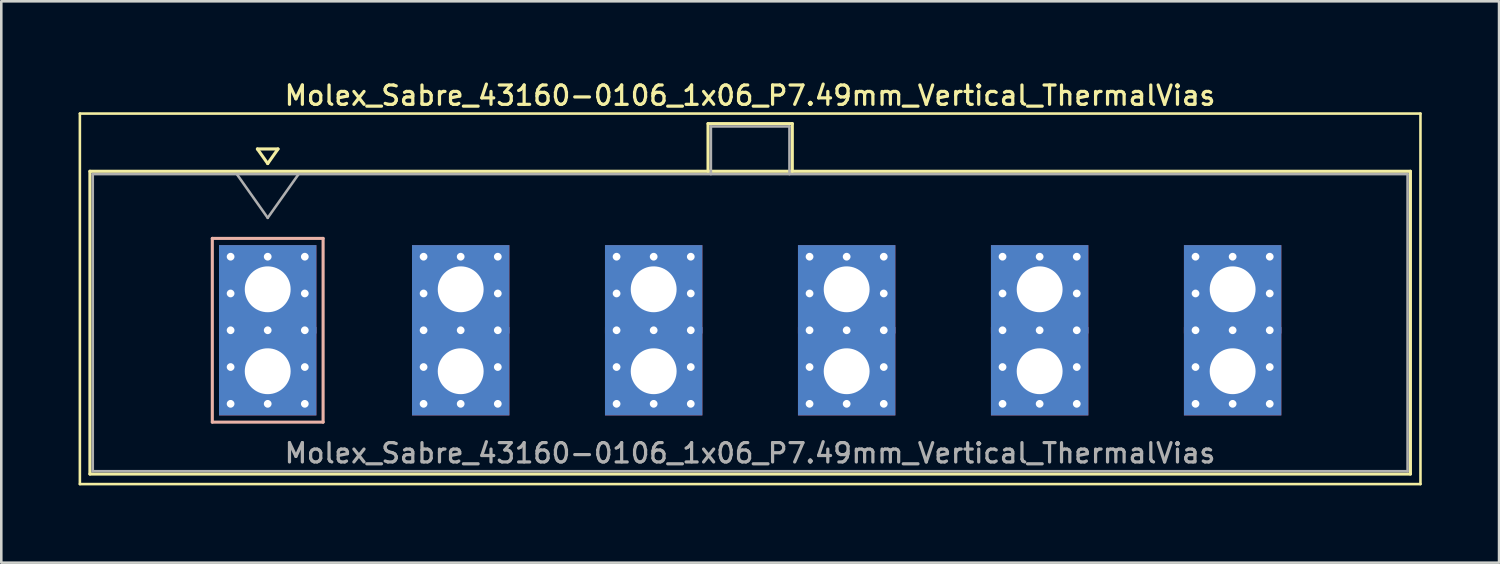
<source format=kicad_pcb>
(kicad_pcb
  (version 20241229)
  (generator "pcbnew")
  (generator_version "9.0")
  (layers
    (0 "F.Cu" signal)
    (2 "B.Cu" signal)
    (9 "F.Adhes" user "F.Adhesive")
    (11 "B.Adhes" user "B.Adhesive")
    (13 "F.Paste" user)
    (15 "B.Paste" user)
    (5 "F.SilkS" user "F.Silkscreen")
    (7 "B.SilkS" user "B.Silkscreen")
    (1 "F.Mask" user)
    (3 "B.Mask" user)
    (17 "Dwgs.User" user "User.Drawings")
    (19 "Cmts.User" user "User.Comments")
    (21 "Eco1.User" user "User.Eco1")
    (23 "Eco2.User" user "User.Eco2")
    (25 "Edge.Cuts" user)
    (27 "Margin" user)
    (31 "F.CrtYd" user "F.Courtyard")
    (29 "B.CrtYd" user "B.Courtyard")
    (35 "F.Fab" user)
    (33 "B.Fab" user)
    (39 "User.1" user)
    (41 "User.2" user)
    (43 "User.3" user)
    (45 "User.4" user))
  (footprint "Molex_Sabre_43160-0106_1x06_P7.49mm_Vertical_ThermalVias"
    (layer "F.Cu")
    (at 7.34 11.358)
    (property "Reference" "Molex_Sabre_43160-0106_1x06_P7.49mm_Vertical_ThermalVias" (at 18.72 -10.7 0) (layer "F.SilkS") (effects (font (size 0.75 0.75) (thickness 0.125))))
    (attr through_hole)
    (fp_line (start -7.29 -10) (end -7.29 4.38) (stroke (width 0.1) (type solid)) (layer "F.SilkS"))
    (fp_line (start -7.29 4.38) (end 44.74 4.38) (stroke (width 0.1) (type solid)) (layer "F.SilkS"))
    (fp_line (start -6.9 -7.76) (end -6.9 3.99) (stroke (width 0.12) (type solid)) (layer "F.SilkS"))
    (fp_line (start -6.9 3.99) (end 44.35 3.99) (stroke (width 0.12) (type solid)) (layer "F.SilkS"))
    (fp_line (start -0.4 -8.626) (end 0 -8.06) (stroke (width 0.12) (type solid)) (layer "F.SilkS"))
    (fp_line (start 0 -8.06) (end 0.4 -8.626) (stroke (width 0.12) (type solid)) (layer "F.SilkS"))
    (fp_line (start 0.4 -8.626) (end -0.4 -8.626) (stroke (width 0.12) (type solid)) (layer "F.SilkS"))
    (fp_line (start 17.09 -9.61) (end 20.36 -9.61) (stroke (width 0.12) (type solid)) (layer "F.SilkS"))
    (fp_line (start 17.09 -7.76) (end 17.09 -9.61) (stroke (width 0.12) (type solid)) (layer "F.SilkS"))
    (fp_line (start 20.36 -9.61) (end 20.36 -7.76) (stroke (width 0.12) (type solid)) (layer "F.SilkS"))
    (fp_line (start 44.35 -7.76) (end -6.9 -7.76) (stroke (width 0.12) (type solid)) (layer "F.SilkS"))
    (fp_line (start 44.35 3.99) (end 44.35 -7.76) (stroke (width 0.12) (type solid)) (layer "F.SilkS"))
    (fp_line (start 44.74 -10) (end -7.29 -10) (stroke (width 0.1) (type solid)) (layer "F.SilkS"))
    (fp_line (start 44.74 4.38) (end 44.74 -10) (stroke (width 0.1) (type solid)) (layer "F.SilkS"))
    (fp_line (start -2.15 -5.155) (end -2.15 1.975) (stroke (width 0.12) (type solid)) (layer "B.SilkS"))
    (fp_line (start -2.15 1.975) (end 2.15 1.975) (stroke (width 0.12) (type solid)) (layer "B.SilkS"))
    (fp_line (start 2.15 -5.155) (end -2.15 -5.155) (stroke (width 0.12) (type solid)) (layer "B.SilkS"))
    (fp_line (start 2.15 1.975) (end 2.15 -5.155) (stroke (width 0.12) (type solid)) (layer "B.SilkS"))
    (fp_line (start -6.79 -7.65) (end -6.79 3.88) (stroke (width 0.1) (type solid)) (layer "F.Fab"))
    (fp_line (start -6.79 3.88) (end 44.24 3.88) (stroke (width 0.1) (type solid)) (layer "F.Fab"))
    (fp_line (start -1.2 -7.65) (end 0 -5.953) (stroke (width 0.1) (type solid)) (layer "F.Fab"))
    (fp_line (start 0 -5.953) (end 1.2 -7.65) (stroke (width 0.1) (type solid)) (layer "F.Fab"))
    (fp_line (start 17.2 -9.5) (end 20.25 -9.5) (stroke (width 0.1) (type solid)) (layer "F.Fab"))
    (fp_line (start 17.2 -7.65) (end 17.2 -9.5) (stroke (width 0.1) (type solid)) (layer "F.Fab"))
    (fp_line (start 20.25 -9.5) (end 20.25 -7.65) (stroke (width 0.1) (type solid)) (layer "F.Fab"))
    (fp_line (start 44.24 -7.65) (end -6.79 -7.65) (stroke (width 0.1) (type solid)) (layer "F.Fab"))
    (fp_line (start 44.24 3.88) (end 44.24 -7.65) (stroke (width 0.1) (type solid)) (layer "F.Fab"))
    (fp_text user "${REFERENCE}" (at 18.72 3.18 0) (layer "F.Fab") (effects (font (size 0.75 0.75) (thickness 0.125))))
    (pad "1" thru_hole rect (at -1.44 -4.445) (size 0.6 0.6) (drill 0.3) (layers "*.Cu" "*.Mask"))
    (pad "1" thru_hole rect (at -1.44 -3.018) (size 0.6 0.6) (drill 0.3) (layers "*.Cu" "*.Mask"))
    (pad "1" thru_hole rect (at -1.44 -1.59) (size 0.6 0.6) (drill 0.3) (layers "*.Cu" "*.Mask"))
    (pad "1" thru_hole rect (at -1.44 -0.163) (size 0.6 0.6) (drill 0.3) (layers "*.Cu" "*.Mask"))
    (pad "1" thru_hole rect (at -1.44 1.265) (size 0.6 0.6) (drill 0.3) (layers "*.Cu" "*.Mask"))
    (pad "1" thru_hole rect (at 0 -4.445) (size 0.6 0.6) (drill 0.3) (layers "*.Cu" "*.Mask"))
    (pad "1" thru_hole rect (at 0 -3.18) (size 3.78 3.43) (drill 1.78) (layers "*.Cu" "*.Mask"))
    (pad "1" thru_hole rect (at 0 -1.59) (size 0.6 0.6) (drill 0.3) (layers "*.Cu" "*.Mask"))
    (pad "1" thru_hole rect (at 0 0) (size 3.78 3.43) (drill 1.78) (layers "*.Cu" "*.Mask"))
    (pad "1" thru_hole rect (at 0 1.265) (size 0.6 0.6) (drill 0.3) (layers "*.Cu" "*.Mask"))
    (pad "1" thru_hole rect (at 1.44 -4.445) (size 0.6 0.6) (drill 0.3) (layers "*.Cu" "*.Mask"))
    (pad "1" thru_hole rect (at 1.44 -3.018) (size 0.6 0.6) (drill 0.3) (layers "*.Cu" "*.Mask"))
    (pad "1" thru_hole rect (at 1.44 -1.59) (size 0.6 0.6) (drill 0.3) (layers "*.Cu" "*.Mask"))
    (pad "1" thru_hole rect (at 1.44 -0.163) (size 0.6 0.6) (drill 0.3) (layers "*.Cu" "*.Mask"))
    (pad "1" thru_hole rect (at 1.44 1.265) (size 0.6 0.6) (drill 0.3) (layers "*.Cu" "*.Mask"))
    (pad "2" thru_hole circle (at 6.05 -4.445) (size 0.6 0.6) (drill 0.3) (layers "*.Cu" "*.Mask"))
    (pad "2" thru_hole circle (at 6.05 -3.018) (size 0.6 0.6) (drill 0.3) (layers "*.Cu" "*.Mask"))
    (pad "2" thru_hole circle (at 6.05 -1.59) (size 0.6 0.6) (drill 0.3) (layers "*.Cu" "*.Mask"))
    (pad "2" thru_hole circle (at 6.05 -0.163) (size 0.6 0.6) (drill 0.3) (layers "*.Cu" "*.Mask"))
    (pad "2" thru_hole circle (at 6.05 1.265) (size 0.6 0.6) (drill 0.3) (layers "*.Cu" "*.Mask"))
    (pad "2" thru_hole circle (at 7.49 -4.445) (size 0.6 0.6) (drill 0.3) (layers "*.Cu" "*.Mask"))
    (pad "2" thru_hole rect (at 7.49 -3.18) (size 3.78 3.43) (drill 1.78) (layers "*.Cu" "*.Mask"))
    (pad "2" thru_hole circle (at 7.49 -1.59) (size 0.6 0.6) (drill 0.3) (layers "*.Cu" "*.Mask"))
    (pad "2" thru_hole rect (at 7.49 0) (size 3.78 3.43) (drill 1.78) (layers "*.Cu" "*.Mask"))
    (pad "2" thru_hole circle (at 7.49 1.265) (size 0.6 0.6) (drill 0.3) (layers "*.Cu" "*.Mask"))
    (pad "2" thru_hole circle (at 8.93 -4.445) (size 0.6 0.6) (drill 0.3) (layers "*.Cu" "*.Mask"))
    (pad "2" thru_hole circle (at 8.93 -3.018) (size 0.6 0.6) (drill 0.3) (layers "*.Cu" "*.Mask"))
    (pad "2" thru_hole circle (at 8.93 -1.59) (size 0.6 0.6) (drill 0.3) (layers "*.Cu" "*.Mask"))
    (pad "2" thru_hole circle (at 8.93 -0.163) (size 0.6 0.6) (drill 0.3) (layers "*.Cu" "*.Mask"))
    (pad "2" thru_hole circle (at 8.93 1.265) (size 0.6 0.6) (drill 0.3) (layers "*.Cu" "*.Mask"))
    (pad "3" thru_hole circle (at 13.54 -4.445) (size 0.6 0.6) (drill 0.3) (layers "*.Cu" "*.Mask"))
    (pad "3" thru_hole circle (at 13.54 -3.018) (size 0.6 0.6) (drill 0.3) (layers "*.Cu" "*.Mask"))
    (pad "3" thru_hole circle (at 13.54 -1.59) (size 0.6 0.6) (drill 0.3) (layers "*.Cu" "*.Mask"))
    (pad "3" thru_hole circle (at 13.54 -0.163) (size 0.6 0.6) (drill 0.3) (layers "*.Cu" "*.Mask"))
    (pad "3" thru_hole circle (at 13.54 1.265) (size 0.6 0.6) (drill 0.3) (layers "*.Cu" "*.Mask"))
    (pad "3" thru_hole circle (at 14.98 -4.445) (size 0.6 0.6) (drill 0.3) (layers "*.Cu" "*.Mask"))
    (pad "3" thru_hole rect (at 14.98 -3.18) (size 3.78 3.43) (drill 1.78) (layers "*.Cu" "*.Mask"))
    (pad "3" thru_hole circle (at 14.98 -1.59) (size 0.6 0.6) (drill 0.3) (layers "*.Cu" "*.Mask"))
    (pad "3" thru_hole rect (at 14.98 0) (size 3.78 3.43) (drill 1.78) (layers "*.Cu" "*.Mask"))
    (pad "3" thru_hole circle (at 14.98 1.265) (size 0.6 0.6) (drill 0.3) (layers "*.Cu" "*.Mask"))
    (pad "3" thru_hole circle (at 16.42 -4.445) (size 0.6 0.6) (drill 0.3) (layers "*.Cu" "*.Mask"))
    (pad "3" thru_hole circle (at 16.42 -3.018) (size 0.6 0.6) (drill 0.3) (layers "*.Cu" "*.Mask"))
    (pad "3" thru_hole circle (at 16.42 -1.59) (size 0.6 0.6) (drill 0.3) (layers "*.Cu" "*.Mask"))
    (pad "3" thru_hole circle (at 16.42 -0.163) (size 0.6 0.6) (drill 0.3) (layers "*.Cu" "*.Mask"))
    (pad "3" thru_hole circle (at 16.42 1.265) (size 0.6 0.6) (drill 0.3) (layers "*.Cu" "*.Mask"))
    (pad "4" thru_hole circle (at 21.03 -4.445) (size 0.6 0.6) (drill 0.3) (layers "*.Cu" "*.Mask"))
    (pad "4" thru_hole circle (at 21.03 -3.018) (size 0.6 0.6) (drill 0.3) (layers "*.Cu" "*.Mask"))
    (pad "4" thru_hole circle (at 21.03 -1.59) (size 0.6 0.6) (drill 0.3) (layers "*.Cu" "*.Mask"))
    (pad "4" thru_hole circle (at 21.03 -0.163) (size 0.6 0.6) (drill 0.3) (layers "*.Cu" "*.Mask"))
    (pad "4" thru_hole circle (at 21.03 1.265) (size 0.6 0.6) (drill 0.3) (layers "*.Cu" "*.Mask"))
    (pad "4" thru_hole circle (at 22.47 -4.445) (size 0.6 0.6) (drill 0.3) (layers "*.Cu" "*.Mask"))
    (pad "4" thru_hole rect (at 22.47 -3.18) (size 3.78 3.43) (drill 1.78) (layers "*.Cu" "*.Mask"))
    (pad "4" thru_hole circle (at 22.47 -1.59) (size 0.6 0.6) (drill 0.3) (layers "*.Cu" "*.Mask"))
    (pad "4" thru_hole rect (at 22.47 0) (size 3.78 3.43) (drill 1.78) (layers "*.Cu" "*.Mask"))
    (pad "4" thru_hole circle (at 22.47 1.265) (size 0.6 0.6) (drill 0.3) (layers "*.Cu" "*.Mask"))
    (pad "4" thru_hole circle (at 23.91 -4.445) (size 0.6 0.6) (drill 0.3) (layers "*.Cu" "*.Mask"))
    (pad "4" thru_hole circle (at 23.91 -3.018) (size 0.6 0.6) (drill 0.3) (layers "*.Cu" "*.Mask"))
    (pad "4" thru_hole circle (at 23.91 -1.59) (size 0.6 0.6) (drill 0.3) (layers "*.Cu" "*.Mask"))
    (pad "4" thru_hole circle (at 23.91 -0.163) (size 0.6 0.6) (drill 0.3) (layers "*.Cu" "*.Mask"))
    (pad "4" thru_hole circle (at 23.91 1.265) (size 0.6 0.6) (drill 0.3) (layers "*.Cu" "*.Mask"))
    (pad "5" thru_hole circle (at 28.52 -4.445) (size 0.6 0.6) (drill 0.3) (layers "*.Cu" "*.Mask"))
    (pad "5" thru_hole circle (at 28.52 -3.018) (size 0.6 0.6) (drill 0.3) (layers "*.Cu" "*.Mask"))
    (pad "5" thru_hole circle (at 28.52 -1.59) (size 0.6 0.6) (drill 0.3) (layers "*.Cu" "*.Mask"))
    (pad "5" thru_hole circle (at 28.52 -0.163) (size 0.6 0.6) (drill 0.3) (layers "*.Cu" "*.Mask"))
    (pad "5" thru_hole circle (at 28.52 1.265) (size 0.6 0.6) (drill 0.3) (layers "*.Cu" "*.Mask"))
    (pad "5" thru_hole circle (at 29.96 -4.445) (size 0.6 0.6) (drill 0.3) (layers "*.Cu" "*.Mask"))
    (pad "5" thru_hole rect (at 29.96 -3.18) (size 3.78 3.43) (drill 1.78) (layers "*.Cu" "*.Mask"))
    (pad "5" thru_hole circle (at 29.96 -1.59) (size 0.6 0.6) (drill 0.3) (layers "*.Cu" "*.Mask"))
    (pad "5" thru_hole rect (at 29.96 0) (size 3.78 3.43) (drill 1.78) (layers "*.Cu" "*.Mask"))
    (pad "5" thru_hole circle (at 29.96 1.265) (size 0.6 0.6) (drill 0.3) (layers "*.Cu" "*.Mask"))
    (pad "5" thru_hole circle (at 31.4 -4.445) (size 0.6 0.6) (drill 0.3) (layers "*.Cu" "*.Mask"))
    (pad "5" thru_hole circle (at 31.4 -3.018) (size 0.6 0.6) (drill 0.3) (layers "*.Cu" "*.Mask"))
    (pad "5" thru_hole circle (at 31.4 -1.59) (size 0.6 0.6) (drill 0.3) (layers "*.Cu" "*.Mask"))
    (pad "5" thru_hole circle (at 31.4 -0.163) (size 0.6 0.6) (drill 0.3) (layers "*.Cu" "*.Mask"))
    (pad "5" thru_hole circle (at 31.4 1.265) (size 0.6 0.6) (drill 0.3) (layers "*.Cu" "*.Mask"))
    (pad "6" thru_hole circle (at 36.01 -4.445) (size 0.6 0.6) (drill 0.3) (layers "*.Cu" "*.Mask"))
    (pad "6" thru_hole circle (at 36.01 -3.018) (size 0.6 0.6) (drill 0.3) (layers "*.Cu" "*.Mask"))
    (pad "6" thru_hole circle (at 36.01 -1.59) (size 0.6 0.6) (drill 0.3) (layers "*.Cu" "*.Mask"))
    (pad "6" thru_hole circle (at 36.01 -0.163) (size 0.6 0.6) (drill 0.3) (layers "*.Cu" "*.Mask"))
    (pad "6" thru_hole circle (at 36.01 1.265) (size 0.6 0.6) (drill 0.3) (layers "*.Cu" "*.Mask"))
    (pad "6" thru_hole circle (at 37.45 -4.445) (size 0.6 0.6) (drill 0.3) (layers "*.Cu" "*.Mask"))
    (pad "6" thru_hole rect (at 37.45 -3.18) (size 3.78 3.43) (drill 1.78) (layers "*.Cu" "*.Mask"))
    (pad "6" thru_hole circle (at 37.45 -1.59) (size 0.6 0.6) (drill 0.3) (layers "*.Cu" "*.Mask"))
    (pad "6" thru_hole rect (at 37.45 0) (size 3.78 3.43) (drill 1.78) (layers "*.Cu" "*.Mask"))
    (pad "6" thru_hole circle (at 37.45 1.265) (size 0.6 0.6) (drill 0.3) (layers "*.Cu" "*.Mask"))
    (pad "6" thru_hole circle (at 38.89 -4.445) (size 0.6 0.6) (drill 0.3) (layers "*.Cu" "*.Mask"))
    (pad "6" thru_hole circle (at 38.89 -3.018) (size 0.6 0.6) (drill 0.3) (layers "*.Cu" "*.Mask"))
    (pad "6" thru_hole circle (at 38.89 -1.59) (size 0.6 0.6) (drill 0.3) (layers "*.Cu" "*.Mask"))
    (pad "6" thru_hole circle (at 38.89 -0.163) (size 0.6 0.6) (drill 0.3) (layers "*.Cu" "*.Mask"))
    (pad "6" thru_hole circle (at 38.89 1.265) (size 0.6 0.6) (drill 0.3) (layers "*.Cu" "*.Mask")))
  (gr_rect
    (start -3 -3)
    (end 55.13 18.788)
    (stroke (width 0.1) (type default))
    (fill no)
    (layer "Edge.Cuts")))
</source>
